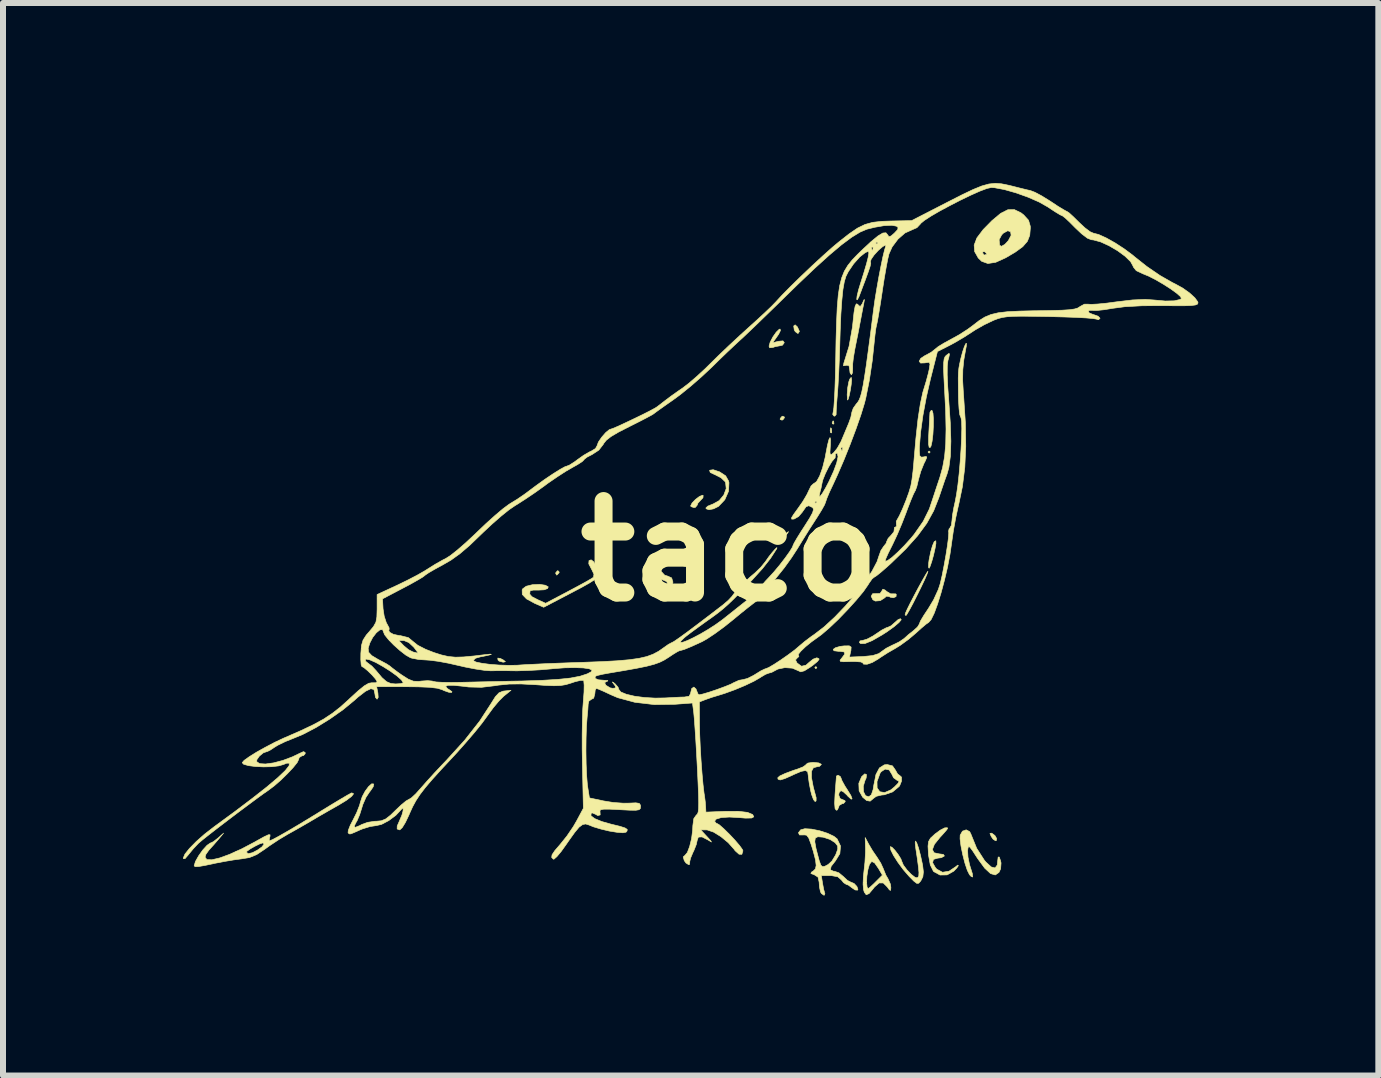
<source format=kicad_pcb>
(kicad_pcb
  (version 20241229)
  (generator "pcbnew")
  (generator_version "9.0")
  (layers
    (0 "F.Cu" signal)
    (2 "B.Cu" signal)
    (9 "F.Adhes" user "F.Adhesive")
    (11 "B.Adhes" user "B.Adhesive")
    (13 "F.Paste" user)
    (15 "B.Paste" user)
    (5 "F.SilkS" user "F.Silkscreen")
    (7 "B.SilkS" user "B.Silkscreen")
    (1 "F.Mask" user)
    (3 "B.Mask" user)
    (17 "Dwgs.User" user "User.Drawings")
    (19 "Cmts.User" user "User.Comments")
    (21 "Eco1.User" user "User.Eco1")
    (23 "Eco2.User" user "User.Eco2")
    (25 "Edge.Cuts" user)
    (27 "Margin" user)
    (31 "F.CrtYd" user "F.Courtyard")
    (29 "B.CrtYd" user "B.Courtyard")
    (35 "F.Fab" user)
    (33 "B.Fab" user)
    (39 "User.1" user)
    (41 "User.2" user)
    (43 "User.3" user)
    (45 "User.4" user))
  (footprint "taco"
    (layer "F.Cu")
    (at 9.112 6.134)
    (property "Reference" "taco" (at 0 0 0) (layer "F.SilkS") (effects (font (size 1.524 1.524) (thickness 0.3))))
    (attr through_hole)
    (fp_poly (pts (xy 0.726 0.635) (xy 0.708 0.653) (xy 0.689 0.635) (xy 0.708 0.617) (xy 0.726 0.635)) (stroke (width 0.01) (type solid)) (fill yes) (layer "F.SilkS"))
    (fp_poly (pts (xy 1.451 1.941) (xy 1.433 1.959) (xy 1.415 1.941) (xy 1.433 1.923) (xy 1.451 1.941)) (stroke (width 0.01) (type solid)) (fill yes) (layer "F.SilkS"))
    (fp_poly (pts (xy 3.338 -1.651) (xy 3.32 -1.633) (xy 3.302 -1.651) (xy 3.32 -1.669) (xy 3.338 -1.651)) (stroke (width 0.01) (type solid)) (fill yes) (layer "F.SilkS"))
    (fp_poly (pts (xy 1.694 -2.039) (xy 1.698 -1.982) (xy 1.691 -1.969) (xy 1.675 -1.98) (xy 1.672 -2.017) (xy 1.681 -2.056) (xy 1.694 -2.039)) (stroke (width 0.01) (type solid)) (fill yes) (layer "F.SilkS"))
    (fp_poly (pts (xy 1.73 -2.165) (xy 1.734 -2.122) (xy 1.73 -2.117) (xy 1.708 -2.122) (xy 1.705 -2.141) (xy 1.719 -2.171) (xy 1.73 -2.165)) (stroke (width 0.01) (type solid)) (fill yes) (layer "F.SilkS"))
    (fp_poly (pts (xy 0.904 -2.24) (xy 0.91 -2.223) (xy 0.884 -2.189) (xy 0.869 -2.183) (xy 0.838 -2.194) (xy 0.84 -2.212) (xy 0.872 -2.249) (xy 0.904 -2.24)) (stroke (width 0.01) (type solid)) (fill yes) (layer "F.SilkS"))
    (fp_poly (pts (xy -3.824 1.788) (xy -3.774 1.814) (xy -3.74 1.842) (xy -3.772 1.85) (xy -3.781 1.85) (xy -3.846 1.832) (xy -3.864 1.814) (xy -3.867 1.782) (xy -3.824 1.788)) (stroke (width 0.01) (type solid)) (fill yes) (layer "F.SilkS"))
    (fp_poly (pts (xy -2.843 0.349) (xy -2.848 0.363) (xy -2.881 0.397) (xy -2.887 0.399) (xy -2.902 0.371) (xy -2.903 0.363) (xy -2.875 0.328) (xy -2.864 0.327) (xy -2.843 0.349)) (stroke (width 0.01) (type solid)) (fill yes) (layer "F.SilkS"))
    (fp_poly (pts (xy 0.968 -0.308) (xy 0.948 -0.281) (xy 0.895 -0.225) (xy 0.871 -0.225) (xy 0.871 -0.231) (xy 0.896 -0.262) (xy 0.934 -0.295) (xy 0.977 -0.326) (xy 0.968 -0.308)) (stroke (width 0.01) (type solid)) (fill yes) (layer "F.SilkS"))
    (fp_poly (pts (xy 1.126 -3.736) (xy 1.159 -3.662) (xy 1.139 -3.629) (xy 1.129 -3.629) (xy 1.09 -3.658) (xy 1.073 -3.688) (xy 1.064 -3.752) (xy 1.088 -3.771) (xy 1.126 -3.736)) (stroke (width 0.01) (type solid)) (fill yes) (layer "F.SilkS"))
    (fp_poly (pts (xy 4.369 4.703) (xy 4.417 4.739) (xy 4.445 4.788) (xy 4.441 4.822) (xy 4.427 4.826) (xy 4.385 4.798) (xy 4.355 4.754) (xy 4.334 4.703) (xy 4.359 4.699) (xy 4.369 4.703)) (stroke (width 0.01) (type solid)) (fill yes) (layer "F.SilkS"))
    (fp_poly (pts (xy -0.445 -0.929) (xy -0.448 -0.889) (xy -0.481 -0.855) (xy -0.532 -0.8) (xy -0.544 -0.767) (xy -0.574 -0.73) (xy -0.599 -0.726) (xy -0.647 -0.742) (xy -0.653 -0.756) (xy -0.629 -0.803) (xy -0.573 -0.861) (xy -0.507 -0.911) (xy -0.456 -0.932) (xy -0.445 -0.929)) (stroke (width 0.01) (type solid)) (fill yes) (layer "F.SilkS"))
    (fp_poly (pts (xy 2.029 -2.859) (xy 2.029 -2.848) (xy 2.022 -2.775) (xy 2.008 -2.684) (xy 1.99 -2.596) (xy 1.973 -2.534) (xy 1.961 -2.518) (xy 1.96 -2.522) (xy 1.955 -2.608) (xy 1.963 -2.72) (xy 1.982 -2.822) (xy 1.998 -2.867) (xy 2.022 -2.896) (xy 2.029 -2.859)) (stroke (width 0.01) (type solid)) (fill yes) (layer "F.SilkS"))
    (fp_poly (pts (xy 3.432 -0.172) (xy 3.434 -0.13) (xy 3.419 -0.043) (xy 3.394 0.067) (xy 3.364 0.174) (xy 3.336 0.255) (xy 3.32 0.285) (xy 3.31 0.268) (xy 3.313 0.198) (xy 3.319 0.151) (xy 3.345 0.019) (xy 3.376 -0.09) (xy 3.406 -0.159) (xy 3.432 -0.173) (xy 3.432 -0.172)) (stroke (width 0.01) (type solid)) (fill yes) (layer "F.SilkS"))
    (fp_poly (pts (xy -1.179 0.291) (xy -1.144 0.338) (xy -1.087 0.4) (xy -1.033 0.417) (xy -0.97 0.446) (xy -0.948 0.516) (xy -0.974 0.605) (xy -1.001 0.642) (xy -1.015 0.617) (xy -1.022 0.579) (xy -1.053 0.507) (xy -1.135 0.473) (xy -1.143 0.472) (xy -1.225 0.436) (xy -1.267 0.376) (xy -1.258 0.314) (xy -1.23 0.288) (xy -1.179 0.291)) (stroke (width 0.01) (type solid)) (fill yes) (layer "F.SilkS"))
    (fp_poly (pts (xy 3.37 -2.343) (xy 3.385 -2.298) (xy 3.392 -2.203) (xy 3.391 -2.079) (xy 3.384 -1.948) (xy 3.37 -1.831) (xy 3.352 -1.75) (xy 3.34 -1.729) (xy 3.321 -1.729) (xy 3.311 -1.784) (xy 3.312 -1.9) (xy 3.316 -1.979) (xy 3.324 -2.121) (xy 3.33 -2.238) (xy 3.334 -2.308) (xy 3.335 -2.315) (xy 3.356 -2.347) (xy 3.37 -2.343)) (stroke (width 0.01) (type solid)) (fill yes) (layer "F.SilkS"))
    (fp_poly (pts (xy 0.843 -3.676) (xy 0.812 -3.613) (xy 0.794 -3.587) (xy 0.713 -3.472) (xy 0.81 -3.497) (xy 0.885 -3.504) (xy 0.907 -3.474) (xy 0.877 -3.432) (xy 0.844 -3.424) (xy 0.754 -3.407) (xy 0.717 -3.394) (xy 0.663 -3.389) (xy 0.653 -3.416) (xy 0.672 -3.483) (xy 0.717 -3.569) (xy 0.773 -3.649) (xy 0.823 -3.697) (xy 0.837 -3.701) (xy 0.843 -3.676)) (stroke (width 0.01) (type solid)) (fill yes) (layer "F.SilkS"))
    (fp_poly (pts (xy 3.286 0.382) (xy 3.246 0.475) (xy 3.188 0.597) (xy 3.121 0.733) (xy 3.054 0.866) (xy 2.994 0.978) (xy 2.951 1.052) (xy 2.935 1.073) (xy 2.92 1.062) (xy 2.929 1.027) (xy 2.958 0.963) (xy 3.008 0.862) (xy 3.071 0.741) (xy 3.139 0.613) (xy 3.204 0.495) (xy 3.258 0.4) (xy 3.293 0.343) (xy 3.301 0.335) (xy 3.286 0.382)) (stroke (width 0.01) (type solid)) (fill yes) (layer "F.SilkS"))
    (fp_poly (pts (xy 2.584 0.647) (xy 2.615 0.673) (xy 2.678 0.711) (xy 2.717 0.711) (xy 2.764 0.712) (xy 2.773 0.721) (xy 2.769 0.758) (xy 2.724 0.777) (xy 2.671 0.767) (xy 2.659 0.758) (xy 2.61 0.75) (xy 2.578 0.779) (xy 2.506 0.825) (xy 2.424 0.832) (xy 2.383 0.81) (xy 2.355 0.752) (xy 2.378 0.71) (xy 2.431 0.708) (xy 2.502 0.706) (xy 2.527 0.672) (xy 2.549 0.634) (xy 2.584 0.647)) (stroke (width 0.01) (type solid)) (fill yes) (layer "F.SilkS"))
    (fp_poly (pts (xy 2.856 1.143) (xy 2.817 1.19) (xy 2.736 1.259) (xy 2.622 1.341) (xy 2.538 1.395) (xy 2.371 1.491) (xy 2.253 1.539) (xy 2.18 1.541) (xy 2.158 1.522) (xy 2.17 1.495) (xy 2.212 1.488) (xy 2.284 1.467) (xy 2.383 1.415) (xy 2.437 1.379) (xy 2.531 1.316) (xy 2.606 1.277) (xy 2.631 1.27) (xy 2.685 1.245) (xy 2.74 1.197) (xy 2.801 1.143) (xy 2.842 1.125) (xy 2.856 1.143)) (stroke (width 0.01) (type solid)) (fill yes) (layer "F.SilkS"))
    (fp_poly (pts (xy -0.177 -1.323) (xy -0.169 -1.32) (xy -0.07 -1.255) (xy -0.022 -1.17) (xy -0.015 -1.141) (xy -0.022 -0.998) (xy -0.084 -0.857) (xy -0.188 -0.747) (xy -0.189 -0.746) (xy -0.272 -0.705) (xy -0.348 -0.69) (xy -0.395 -0.706) (xy -0.399 -0.72) (xy -0.368 -0.75) (xy -0.292 -0.781) (xy -0.281 -0.785) (xy -0.178 -0.842) (xy -0.101 -0.935) (xy -0.061 -1.042) (xy -0.071 -1.142) (xy -0.08 -1.159) (xy -0.146 -1.222) (xy -0.243 -1.272) (xy -0.248 -1.274) (xy -0.326 -1.31) (xy -0.338 -1.345) (xy -0.335 -1.348) (xy -0.278 -1.357) (xy -0.177 -1.323)) (stroke (width 0.01) (type solid)) (fill yes) (layer "F.SilkS"))
    (fp_poly (pts (xy 1.839 3.754) (xy 1.851 3.778) (xy 1.87 3.828) (xy 1.918 3.915) (xy 1.958 3.977) (xy 2.017 4.073) (xy 2.037 4.128) (xy 2.021 4.133) (xy 1.967 4.084) (xy 1.95 4.064) (xy 1.89 4.009) (xy 1.851 3.991) (xy 1.821 4.022) (xy 1.814 4.064) (xy 1.837 4.123) (xy 1.869 4.137) (xy 1.917 4.156) (xy 1.923 4.173) (xy 1.894 4.205) (xy 1.869 4.209) (xy 1.821 4.238) (xy 1.814 4.264) (xy 1.792 4.312) (xy 1.774 4.318) (xy 1.753 4.29) (xy 1.746 4.201) (xy 1.753 4.046) (xy 1.754 4.037) (xy 1.764 3.903) (xy 1.772 3.801) (xy 1.776 3.749) (xy 1.777 3.747) (xy 1.802 3.734) (xy 1.839 3.754)) (stroke (width 0.01) (type solid)) (fill yes) (layer "F.SilkS"))
    (fp_poly (pts (xy 2.242 -4.187) (xy 2.23 -4.119) (xy 2.21 -4.018) (xy 2.185 -3.886) (xy 2.174 -3.829) (xy 2.15 -3.703) (xy 2.129 -3.592) (xy 2.121 -3.556) (xy 2.082 -3.361) (xy 2.058 -3.22) (xy 2.047 -3.12) (xy 2.047 -3.044) (xy 2.043 -2.969) (xy 2.025 -2.939) (xy 2.003 -2.97) (xy 1.996 -3.029) (xy 1.985 -3.092) (xy 1.944 -3.098) (xy 1.935 -3.095) (xy 1.893 -3.089) (xy 1.899 -3.132) (xy 1.902 -3.141) (xy 1.987 -3.416) (xy 2.043 -3.734) (xy 2.051 -3.81) (xy 2.069 -3.977) (xy 2.087 -4.078) (xy 2.107 -4.121) (xy 2.131 -4.114) (xy 2.144 -4.096) (xy 2.173 -4.076) (xy 2.205 -4.121) (xy 2.212 -4.137) (xy 2.238 -4.194) (xy 2.242 -4.187)) (stroke (width 0.01) (type solid)) (fill yes) (layer "F.SilkS"))
    (fp_poly (pts (xy 3.114 4.861) (xy 3.143 4.944) (xy 3.176 5.067) (xy 3.212 5.232) (xy 3.225 5.346) (xy 3.216 5.426) (xy 3.184 5.49) (xy 3.179 5.498) (xy 3.147 5.534) (xy 3.114 5.536) (xy 3.064 5.497) (xy 2.988 5.42) (xy 2.891 5.308) (xy 2.801 5.186) (xy 2.728 5.072) (xy 2.682 4.98) (xy 2.673 4.926) (xy 2.674 4.924) (xy 2.701 4.934) (xy 2.75 4.984) (xy 2.805 5.056) (xy 2.849 5.126) (xy 2.867 5.174) (xy 2.891 5.231) (xy 2.949 5.309) (xy 3.02 5.384) (xy 3.084 5.434) (xy 3.109 5.443) (xy 3.134 5.437) (xy 3.148 5.412) (xy 3.151 5.356) (xy 3.142 5.26) (xy 3.122 5.111) (xy 3.098 4.953) (xy 3.088 4.86) (xy 3.095 4.831) (xy 3.114 4.861)) (stroke (width 0.01) (type solid)) (fill yes) (layer "F.SilkS"))
    (fp_poly (pts (xy 1.481 3.529) (xy 1.523 3.551) (xy 1.524 3.556) (xy 1.494 3.586) (xy 1.454 3.592) (xy 1.392 3.61) (xy 1.361 3.668) (xy 1.36 3.772) (xy 1.39 3.93) (xy 1.438 4.109) (xy 1.437 4.162) (xy 1.421 4.173) (xy 1.394 4.141) (xy 1.363 4.058) (xy 1.346 3.99) (xy 1.323 3.87) (xy 1.309 3.771) (xy 1.306 3.738) (xy 1.297 3.677) (xy 1.26 3.655) (xy 1.185 3.671) (xy 1.061 3.724) (xy 1.042 3.734) (xy 0.914 3.791) (xy 0.838 3.813) (xy 0.804 3.801) (xy 0.798 3.777) (xy 0.831 3.747) (xy 0.923 3.704) (xy 1.06 3.653) (xy 1.134 3.629) (xy 1.22 3.595) (xy 1.267 3.561) (xy 1.27 3.553) (xy 1.302 3.531) (xy 1.38 3.52) (xy 1.397 3.52) (xy 1.481 3.529)) (stroke (width 0.01) (type solid)) (fill yes) (layer "F.SilkS"))
    (fp_poly (pts (xy 3.629 4.621) (xy 3.606 4.653) (xy 3.548 4.719) (xy 3.502 4.769) (xy 3.408 4.886) (xy 3.375 4.973) (xy 3.403 5.026) (xy 3.486 5.044) (xy 3.558 5.054) (xy 3.575 5.079) (xy 3.574 5.08) (xy 3.524 5.108) (xy 3.463 5.116) (xy 3.392 5.137) (xy 3.379 5.192) (xy 3.424 5.272) (xy 3.449 5.3) (xy 3.544 5.351) (xy 3.653 5.333) (xy 3.747 5.27) (xy 3.798 5.232) (xy 3.808 5.241) (xy 3.779 5.283) (xy 3.731 5.333) (xy 3.62 5.395) (xy 3.502 5.397) (xy 3.399 5.341) (xy 3.391 5.333) (xy 3.34 5.229) (xy 3.31 5.061) (xy 3.309 5.04) (xy 3.302 4.916) (xy 3.311 4.839) (xy 3.343 4.783) (xy 3.408 4.723) (xy 3.415 4.716) (xy 3.506 4.649) (xy 3.581 4.611) (xy 3.624 4.609) (xy 3.629 4.621)) (stroke (width 0.01) (type solid)) (fill yes) (layer "F.SilkS"))
    (fp_poly (pts (xy 3.995 4.673) (xy 4.014 4.708) (xy 4.113 4.952) (xy 4.241 5.151) (xy 4.266 5.181) (xy 4.356 5.263) (xy 4.42 5.279) (xy 4.456 5.23) (xy 4.463 5.163) (xy 4.471 5.097) (xy 4.489 5.097) (xy 4.511 5.16) (xy 4.519 5.196) (xy 4.512 5.294) (xy 4.484 5.354) (xy 4.423 5.396) (xy 4.344 5.373) (xy 4.248 5.284) (xy 4.132 5.126) (xy 4.118 5.105) (xy 4.044 4.991) (xy 4 4.933) (xy 3.977 4.922) (xy 3.967 4.953) (xy 3.962 4.992) (xy 3.968 5.098) (xy 3.994 5.225) (xy 4.006 5.263) (xy 4.042 5.378) (xy 4.046 5.43) (xy 4.02 5.42) (xy 3.993 5.391) (xy 3.957 5.319) (xy 3.917 5.199) (xy 3.88 5.056) (xy 3.851 4.912) (xy 3.836 4.793) (xy 3.838 4.733) (xy 3.876 4.666) (xy 3.938 4.644) (xy 3.995 4.673)) (stroke (width 0.01) (type solid)) (fill yes) (layer "F.SilkS"))
    (fp_poly (pts (xy -2.27 0.176) (xy -2.226 0.253) (xy -2.217 0.276) (xy -2.196 0.337) (xy -2.19 0.386) (xy -2.207 0.43) (xy -2.255 0.476) (xy -2.342 0.532) (xy -2.476 0.607) (xy -2.666 0.707) (xy -2.685 0.717) (xy -3.102 0.935) (xy -3.248 0.872) (xy -3.388 0.796) (xy -3.459 0.722) (xy -3.461 0.645) (xy -3.453 0.629) (xy -3.394 0.585) (xy -3.289 0.559) (xy -3.167 0.554) (xy -3.075 0.568) (xy -3.026 0.595) (xy -3.037 0.623) (xy -3.094 0.644) (xy -3.184 0.649) (xy -3.188 0.649) (xy -3.276 0.649) (xy -3.326 0.66) (xy -3.329 0.664) (xy -3.335 0.716) (xy -3.298 0.759) (xy -3.205 0.807) (xy -3.204 0.808) (xy -3.07 0.869) (xy -2.687 0.667) (xy -2.535 0.586) (xy -2.405 0.515) (xy -2.313 0.462) (xy -2.272 0.435) (xy -2.265 0.383) (xy -2.299 0.312) (xy -2.351 0.212) (xy -2.347 0.157) (xy -2.311 0.145) (xy -2.27 0.176)) (stroke (width 0.01) (type solid)) (fill yes) (layer "F.SilkS"))
    (fp_poly (pts (xy 2.312 4.88) (xy 2.376 4.989) (xy 2.45 5.097) (xy 2.451 5.098) (xy 2.514 5.198) (xy 2.557 5.292) (xy 2.559 5.298) (xy 2.6 5.399) (xy 2.636 5.46) (xy 2.675 5.548) (xy 2.683 5.605) (xy 2.679 5.653) (xy 2.659 5.645) (xy 2.624 5.597) (xy 2.556 5.529) (xy 2.488 5.529) (xy 2.41 5.597) (xy 2.389 5.624) (xy 2.319 5.707) (xy 2.272 5.726) (xy 2.24 5.682) (xy 2.228 5.64) (xy 2.22 5.551) (xy 2.221 5.524) (xy 2.279 5.524) (xy 2.287 5.6) (xy 2.304 5.624) (xy 2.335 5.601) (xy 2.398 5.543) (xy 2.429 5.512) (xy 2.542 5.399) (xy 2.477 5.288) (xy 2.412 5.195) (xy 2.364 5.171) (xy 2.326 5.219) (xy 2.301 5.306) (xy 2.283 5.419) (xy 2.279 5.524) (xy 2.221 5.524) (xy 2.225 5.425) (xy 2.234 5.34) (xy 2.251 5.184) (xy 2.26 5.021) (xy 2.26 4.953) (xy 2.255 4.772) (xy 2.312 4.88)) (stroke (width 0.01) (type solid)) (fill yes) (layer "F.SilkS"))
    (fp_poly (pts (xy 4.851 -5.638) (xy 4.896 -5.603) (xy 4.977 -5.514) (xy 5.006 -5.415) (xy 5.007 -5.383) (xy 4.997 -5.262) (xy 4.958 -5.163) (xy 4.881 -5.074) (xy 4.755 -4.982) (xy 4.597 -4.889) (xy 4.43 -4.813) (xy 4.299 -4.793) (xy 4.196 -4.83) (xy 4.139 -4.885) (xy 4.09 -4.973) (xy 4.209 -4.973) (xy 4.235 -4.936) (xy 4.245 -4.935) (xy 4.281 -4.947) (xy 4.282 -4.951) (xy 4.256 -4.982) (xy 4.245 -4.989) (xy 4.212 -4.986) (xy 4.209 -4.973) (xy 4.09 -4.973) (xy 4.079 -4.991) (xy 4.071 -5.1) (xy 4.106 -5.191) (xy 4.487 -5.191) (xy 4.495 -5.098) (xy 4.525 -5.079) (xy 4.583 -5.112) (xy 4.641 -5.175) (xy 4.687 -5.263) (xy 4.678 -5.322) (xy 4.631 -5.339) (xy 4.56 -5.301) (xy 4.53 -5.271) (xy 4.487 -5.191) (xy 4.106 -5.191) (xy 4.117 -5.22) (xy 4.221 -5.358) (xy 4.367 -5.507) (xy 4.512 -5.628) (xy 4.632 -5.689) (xy 4.741 -5.691) (xy 4.851 -5.638)) (stroke (width 0.01) (type solid)) (fill yes) (layer "F.SilkS"))
    (fp_poly (pts (xy 2.71 3.578) (xy 2.758 3.647) (xy 2.796 3.714) (xy 2.829 3.737) (xy 2.86 3.765) (xy 2.861 3.831) (xy 2.831 3.906) (xy 2.82 3.922) (xy 2.712 4.012) (xy 2.574 4.06) (xy 2.529 4.064) (xy 2.441 4.085) (xy 2.395 4.118) (xy 2.338 4.166) (xy 2.279 4.156) (xy 2.213 4.1) (xy 2.154 3.994) (xy 2.149 3.869) (xy 2.196 3.758) (xy 2.248 3.711) (xy 2.277 3.723) (xy 2.271 3.781) (xy 2.251 3.825) (xy 2.223 3.919) (xy 2.228 4.01) (xy 2.261 4.075) (xy 2.315 4.093) (xy 2.358 4.06) (xy 2.387 3.974) (xy 2.399 3.898) (xy 2.411 3.84) (xy 2.452 3.84) (xy 2.454 3.945) (xy 2.499 4.009) (xy 2.579 4.023) (xy 2.683 3.978) (xy 2.743 3.929) (xy 2.806 3.865) (xy 2.818 3.832) (xy 2.785 3.818) (xy 2.728 3.776) (xy 2.699 3.717) (xy 2.655 3.646) (xy 2.587 3.632) (xy 2.52 3.676) (xy 2.502 3.703) (xy 2.452 3.84) (xy 2.411 3.84) (xy 2.434 3.723) (xy 2.492 3.613) (xy 2.574 3.561) (xy 2.622 3.556) (xy 2.71 3.578)) (stroke (width 0.01) (type solid)) (fill yes) (layer "F.SilkS"))
    (fp_poly (pts (xy -6.27 4.043) (xy -6.302 4.085) (xy -6.388 4.151) (xy -6.524 4.234) (xy -6.54 4.243) (xy -6.694 4.33) (xy -6.85 4.42) (xy -6.977 4.495) (xy -6.985 4.5) (xy -7.125 4.581) (xy -7.283 4.671) (xy -7.366 4.717) (xy -7.512 4.804) (xy -7.669 4.908) (xy -7.752 4.968) (xy -7.886 5.057) (xy -8.006 5.106) (xy -8.133 5.127) (xy -8.274 5.146) (xy -8.445 5.175) (xy -8.582 5.202) (xy -8.745 5.237) (xy -8.849 5.255) (xy -8.905 5.258) (xy -8.926 5.246) (xy -8.926 5.241) (xy -8.905 5.171) (xy -8.852 5.077) (xy -8.783 4.98) (xy -8.712 4.902) (xy -8.656 4.863) (xy -8.649 4.862) (xy -8.606 4.841) (xy -8.537 4.787) (xy -8.529 4.781) (xy -8.436 4.699) (xy -8.527 4.808) (xy -8.605 4.898) (xy -8.675 4.975) (xy -8.681 4.982) (xy -8.731 5.052) (xy -8.745 5.1) (xy -8.715 5.14) (xy -8.632 5.143) (xy -8.503 5.113) (xy -8.335 5.052) (xy -8.252 5.014) (xy -8.055 5.014) (xy -8.029 5.042) (xy -7.955 5.025) (xy -7.871 4.981) (xy -7.798 4.929) (xy -7.763 4.884) (xy -7.776 4.863) (xy -7.782 4.862) (xy -7.835 4.878) (xy -7.914 4.917) (xy -7.993 4.962) (xy -8.047 5.001) (xy -8.055 5.014) (xy -8.252 5.014) (xy -8.136 4.962) (xy -7.914 4.845) (xy -7.881 4.826) (xy -7.76 4.759) (xy -7.69 4.726) (xy -7.662 4.726) (xy -7.663 4.754) (xy -7.669 4.772) (xy -7.677 4.819) (xy -7.669 4.826) (xy -7.621 4.807) (xy -7.518 4.752) (xy -7.364 4.664) (xy -7.166 4.547) (xy -6.929 4.403) (xy -6.78 4.311) (xy -6.618 4.212) (xy -6.478 4.128) (xy -6.371 4.065) (xy -6.31 4.032) (xy -6.299 4.028) (xy -6.27 4.043)) (stroke (width 0.01) (type solid)) (fill yes) (layer "F.SilkS"))
    (fp_poly (pts (xy 1.362 4.632) (xy 1.495 4.659) (xy 1.627 4.701) (xy 1.734 4.752) (xy 1.787 4.794) (xy 1.844 4.913) (xy 1.833 5.041) (xy 1.76 5.16) (xy 1.687 5.254) (xy 1.676 5.311) (xy 1.727 5.334) (xy 1.742 5.334) (xy 1.816 5.36) (xy 1.892 5.423) (xy 1.894 5.425) (xy 1.96 5.487) (xy 2.014 5.515) (xy 2.016 5.515) (xy 2.07 5.538) (xy 2.117 5.588) (xy 2.134 5.636) (xy 2.128 5.649) (xy 2.088 5.646) (xy 2.038 5.612) (xy 1.975 5.565) (xy 1.938 5.552) (xy 1.895 5.524) (xy 1.859 5.479) (xy 1.798 5.426) (xy 1.693 5.407) (xy 1.669 5.407) (xy 1.524 5.407) (xy 1.546 5.543) (xy 1.564 5.638) (xy 1.581 5.7) (xy 1.584 5.706) (xy 1.575 5.732) (xy 1.566 5.733) (xy 1.525 5.704) (xy 1.51 5.676) (xy 1.493 5.597) (xy 1.488 5.517) (xy 1.469 5.432) (xy 1.406 5.392) (xy 1.35 5.372) (xy 1.36 5.349) (xy 1.39 5.33) (xy 1.426 5.295) (xy 1.438 5.237) (xy 1.427 5.143) (xy 1.39 5.001) (xy 1.354 4.886) (xy 1.337 4.84) (xy 1.415 4.84) (xy 1.435 4.952) (xy 1.454 5.026) (xy 1.489 5.158) (xy 1.516 5.232) (xy 1.544 5.259) (xy 1.585 5.25) (xy 1.638 5.222) (xy 1.701 5.164) (xy 1.758 5.07) (xy 1.766 5.054) (xy 1.798 4.965) (xy 1.796 4.912) (xy 1.757 4.862) (xy 1.751 4.856) (xy 1.669 4.804) (xy 1.56 4.768) (xy 1.549 4.766) (xy 1.467 4.759) (xy 1.424 4.78) (xy 1.415 4.84) (xy 1.337 4.84) (xy 1.315 4.781) (xy 1.279 4.733) (xy 1.234 4.728) (xy 1.23 4.729) (xy 1.16 4.729) (xy 1.143 4.692) (xy 1.18 4.644) (xy 1.25 4.625) (xy 1.362 4.632)) (stroke (width 0.01) (type solid)) (fill yes) (layer "F.SilkS"))
    (fp_poly (pts (xy -3.767 2.416) (xy -3.846 2.494) (xy -3.944 2.611) (xy -4.039 2.741) (xy -4.047 2.753) (xy -4.129 2.865) (xy -4.248 3.013) (xy -4.392 3.181) (xy -4.545 3.354) (xy -4.618 3.433) (xy -4.812 3.641) (xy -4.962 3.807) (xy -5.077 3.942) (xy -5.164 4.056) (xy -5.231 4.158) (xy -5.286 4.259) (xy -5.336 4.369) (xy -5.349 4.4) (xy -5.406 4.52) (xy -5.459 4.607) (xy -5.499 4.644) (xy -5.501 4.645) (xy -5.544 4.63) (xy -5.543 4.58) (xy -5.5 4.482) (xy -5.498 4.476) (xy -5.465 4.399) (xy -5.446 4.33) (xy -5.444 4.287) (xy -5.463 4.291) (xy -5.471 4.3) (xy -5.565 4.401) (xy -5.684 4.49) (xy -5.804 4.553) (xy -5.889 4.573) (xy -5.995 4.589) (xy -6.121 4.628) (xy -6.163 4.645) (xy -6.263 4.69) (xy -6.316 4.711) (xy -6.341 4.712) (xy -6.357 4.698) (xy -6.362 4.693) (xy -6.358 4.652) (xy -6.325 4.568) (xy -6.282 4.485) (xy -6.219 4.359) (xy -6.171 4.237) (xy -6.155 4.178) (xy -6.126 4.091) (xy -6.077 4) (xy -6.02 3.923) (xy -5.968 3.877) (xy -5.934 3.88) (xy -5.934 3.88) (xy -5.943 3.926) (xy -5.99 3.996) (xy -6.001 4.008) (xy -6.064 4.103) (xy -6.118 4.227) (xy -6.13 4.268) (xy -6.168 4.389) (xy -6.213 4.495) (xy -6.229 4.521) (xy -6.261 4.586) (xy -6.242 4.603) (xy -6.169 4.574) (xy -6.132 4.554) (xy -6.035 4.519) (xy -5.915 4.501) (xy -5.895 4.501) (xy -5.808 4.493) (xy -5.735 4.463) (xy -5.654 4.4) (xy -5.57 4.318) (xy -5.475 4.228) (xy -5.396 4.163) (xy -5.35 4.137) (xy -5.349 4.137) (xy -5.306 4.111) (xy -5.233 4.043) (xy -5.148 3.948) (xy -5.052 3.839) (xy -4.925 3.699) (xy -4.788 3.553) (xy -4.717 3.479) (xy -4.419 3.151) (xy -4.168 2.831) (xy -3.979 2.54) (xy -3.907 2.425) (xy -3.847 2.361) (xy -3.783 2.334) (xy -3.755 2.33) (xy -3.647 2.319) (xy -3.767 2.416)) (stroke (width 0.01) (type solid)) (fill yes) (layer "F.SilkS"))
    (fp_poly (pts (xy 3.94 -3.414) (xy 3.932 -3.375) (xy 3.899 -3.189) (xy 3.882 -3.024) (xy 3.879 -2.85) (xy 3.891 -2.64) (xy 3.896 -2.576) (xy 3.925 -2.133) (xy 3.931 -1.745) (xy 3.915 -1.397) (xy 3.875 -1.074) (xy 3.81 -0.762) (xy 3.805 -0.744) (xy 3.764 -0.556) (xy 3.725 -0.342) (xy 3.697 -0.148) (xy 3.697 -0.146) (xy 3.668 0.053) (xy 3.627 0.267) (xy 3.576 0.484) (xy 3.52 0.693) (xy 3.462 0.88) (xy 3.406 1.033) (xy 3.354 1.14) (xy 3.312 1.188) (xy 3.31 1.189) (xy 3.269 1.217) (xy 3.192 1.282) (xy 3.099 1.366) (xy 2.976 1.47) (xy 2.843 1.567) (xy 2.758 1.62) (xy 2.631 1.693) (xy 2.508 1.772) (xy 2.471 1.798) (xy 2.374 1.855) (xy 2.287 1.885) (xy 2.228 1.883) (xy 2.213 1.86) (xy 2.181 1.846) (xy 2.096 1.84) (xy 2.009 1.84) (xy 1.896 1.843) (xy 1.842 1.837) (xy 1.836 1.818) (xy 1.864 1.783) (xy 1.915 1.715) (xy 1.905 1.68) (xy 1.829 1.669) (xy 1.807 1.669) (xy 1.735 1.66) (xy 1.722 1.637) (xy 1.759 1.61) (xy 1.837 1.587) (xy 1.904 1.579) (xy 1.99 1.578) (xy 2.021 1.599) (xy 2.017 1.656) (xy 2.014 1.668) (xy 1.993 1.765) (xy 2.221 1.756) (xy 2.379 1.74) (xy 2.482 1.707) (xy 2.522 1.678) (xy 2.606 1.618) (xy 2.713 1.564) (xy 2.721 1.561) (xy 2.822 1.512) (xy 2.9 1.459) (xy 2.906 1.454) (xy 2.976 1.391) (xy 3.06 1.325) (xy 3.126 1.265) (xy 3.157 1.215) (xy 3.157 1.213) (xy 3.176 1.165) (xy 3.228 1.077) (xy 3.3 0.968) (xy 3.304 0.963) (xy 3.396 0.809) (xy 3.473 0.641) (xy 3.505 0.544) (xy 3.538 0.402) (xy 3.57 0.238) (xy 3.6 0.07) (xy 3.625 -0.088) (xy 3.642 -0.219) (xy 3.648 -0.305) (xy 3.644 -0.33) (xy 3.653 -0.371) (xy 3.664 -0.381) (xy 3.691 -0.43) (xy 3.701 -0.507) (xy 3.71 -0.6) (xy 3.733 -0.729) (xy 3.754 -0.823) (xy 3.777 -0.944) (xy 3.8 -1.105) (xy 3.821 -1.294) (xy 3.838 -1.495) (xy 3.852 -1.695) (xy 3.861 -1.882) (xy 3.865 -2.042) (xy 3.862 -2.16) (xy 3.852 -2.224) (xy 3.847 -2.231) (xy 3.831 -2.274) (xy 3.819 -2.372) (xy 3.811 -2.507) (xy 3.809 -2.568) (xy 3.807 -2.754) (xy 3.806 -2.885) (xy 3.809 -2.977) (xy 3.816 -3.048) (xy 3.828 -3.115) (xy 3.846 -3.196) (xy 3.849 -3.211) (xy 3.878 -3.32) (xy 3.907 -3.405) (xy 3.93 -3.456) (xy 3.943 -3.463) (xy 3.94 -3.414)) (stroke (width 0.01) (type solid)) (fill yes) (layer "F.SilkS"))
    (fp_poly (pts (xy 4.528 -6.121) (xy 4.646 -6.097) (xy 4.715 -6.08) (xy 4.845 -6.047) (xy 4.96 -6.019) (xy 5.01 -6.008) (xy 5.085 -5.979) (xy 5.196 -5.92) (xy 5.324 -5.841) (xy 5.349 -5.825) (xy 5.465 -5.748) (xy 5.559 -5.691) (xy 5.612 -5.662) (xy 5.618 -5.66) (xy 5.654 -5.636) (xy 5.724 -5.572) (xy 5.814 -5.483) (xy 5.818 -5.479) (xy 5.916 -5.388) (xy 6.002 -5.323) (xy 6.059 -5.298) (xy 6.06 -5.298) (xy 6.146 -5.276) (xy 6.272 -5.219) (xy 6.42 -5.136) (xy 6.572 -5.037) (xy 6.713 -4.932) (xy 6.743 -4.906) (xy 6.949 -4.743) (xy 7.168 -4.593) (xy 7.375 -4.475) (xy 7.429 -4.448) (xy 7.547 -4.383) (xy 7.659 -4.303) (xy 7.748 -4.222) (xy 7.797 -4.155) (xy 7.801 -4.137) (xy 7.792 -4.116) (xy 7.758 -4.102) (xy 7.689 -4.093) (xy 7.575 -4.089) (xy 7.406 -4.089) (xy 7.23 -4.091) (xy 6.87 -4.089) (xy 6.581 -4.073) (xy 6.378 -4.046) (xy 6.238 -4.023) (xy 6.123 -4.011) (xy 6.053 -4.011) (xy 6.046 -4.013) (xy 5.988 -4.012) (xy 5.973 -3.998) (xy 5.989 -3.969) (xy 6.055 -3.943) (xy 6.06 -3.942) (xy 6.136 -3.915) (xy 6.169 -3.88) (xy 6.169 -3.88) (xy 6.143 -3.856) (xy 6.105 -3.867) (xy 6.051 -3.876) (xy 5.936 -3.886) (xy 5.772 -3.895) (xy 5.572 -3.902) (xy 5.349 -3.908) (xy 5.309 -3.909) (xy 5.058 -3.913) (xy 4.868 -3.915) (xy 4.726 -3.913) (xy 4.621 -3.906) (xy 4.54 -3.894) (xy 4.472 -3.876) (xy 4.405 -3.851) (xy 4.384 -3.842) (xy 4.238 -3.772) (xy 4.087 -3.686) (xy 4.028 -3.647) (xy 3.899 -3.564) (xy 3.748 -3.475) (xy 3.662 -3.429) (xy 3.459 -3.326) (xy 3.343 -2.869) (xy 3.274 -2.567) (xy 3.218 -2.266) (xy 3.179 -1.986) (xy 3.159 -1.746) (xy 3.157 -1.674) (xy 3.163 -1.592) (xy 3.19 -1.566) (xy 3.228 -1.57) (xy 3.272 -1.579) (xy 3.281 -1.561) (xy 3.256 -1.502) (xy 3.233 -1.457) (xy 3.181 -1.327) (xy 3.142 -1.189) (xy 3.14 -1.179) (xy 3.116 -1.078) (xy 3.09 -1.007) (xy 3.083 -0.997) (xy 3.058 -0.948) (xy 3.016 -0.848) (xy 2.964 -0.714) (xy 2.936 -0.638) (xy 2.867 -0.46) (xy 2.788 -0.273) (xy 2.713 -0.113) (xy 2.697 -0.081) (xy 2.639 0.035) (xy 2.6 0.123) (xy 2.587 0.167) (xy 2.588 0.169) (xy 2.626 0.159) (xy 2.7 0.106) (xy 2.797 0.018) (xy 2.907 -0.092) (xy 3.017 -0.214) (xy 3.073 -0.282) (xy 3.222 -0.496) (xy 3.324 -0.702) (xy 3.338 -0.744) (xy 3.388 -0.894) (xy 3.447 -1.073) (xy 3.499 -1.228) (xy 3.545 -1.392) (xy 3.578 -1.573) (xy 3.597 -1.783) (xy 3.602 -2.033) (xy 3.596 -2.333) (xy 3.578 -2.686) (xy 3.567 -2.895) (xy 3.561 -3.043) (xy 3.563 -3.142) (xy 3.571 -3.205) (xy 3.587 -3.242) (xy 3.606 -3.262) (xy 3.648 -3.294) (xy 3.661 -3.287) (xy 3.649 -3.229) (xy 3.633 -3.172) (xy 3.623 -3.085) (xy 3.622 -2.937) (xy 3.631 -2.737) (xy 3.647 -2.519) (xy 3.673 -2.143) (xy 3.683 -1.833) (xy 3.675 -1.585) (xy 3.65 -1.395) (xy 3.62 -1.288) (xy 3.58 -1.178) (xy 3.53 -1.031) (xy 3.482 -0.889) (xy 3.396 -0.671) (xy 3.281 -0.463) (xy 3.128 -0.255) (xy 2.931 -0.035) (xy 2.68 0.208) (xy 2.619 0.263) (xy 2.521 0.348) (xy 2.444 0.41) (xy 2.403 0.436) (xy 2.402 0.436) (xy 2.369 0.464) (xy 2.319 0.535) (xy 2.304 0.56) (xy 2.225 0.674) (xy 2.105 0.818) (xy 1.96 0.978) (xy 1.806 1.138) (xy 1.656 1.28) (xy 1.528 1.39) (xy 1.476 1.428) (xy 1.362 1.51) (xy 1.26 1.593) (xy 1.183 1.667) (xy 1.14 1.72) (xy 1.144 1.742) (xy 1.146 1.742) (xy 1.15 1.757) (xy 1.127 1.776) (xy 1.094 1.812) (xy 1.119 1.862) (xy 1.123 1.866) (xy 1.194 1.918) (xy 1.269 1.9) (xy 1.324 1.851) (xy 1.389 1.799) (xy 1.45 1.777) (xy 1.485 1.793) (xy 1.486 1.805) (xy 1.458 1.84) (xy 1.388 1.898) (xy 1.338 1.934) (xy 1.242 1.994) (xy 1.181 2.011) (xy 1.139 1.992) (xy 1.042 1.95) (xy 0.917 1.941) (xy 0.801 1.965) (xy 0.772 1.98) (xy 0.697 2.02) (xy 0.651 2.032) (xy 0.596 2.052) (xy 0.515 2.1) (xy 0.504 2.108) (xy 0.4 2.168) (xy 0.251 2.239) (xy 0.08 2.31) (xy -0.088 2.371) (xy -0.181 2.4) (xy -0.3 2.436) (xy -0.408 2.474) (xy -0.408 2.474) (xy -0.508 2.513) (xy -0.506 2.88) (xy -0.502 3.057) (xy -0.493 3.265) (xy -0.48 3.486) (xy -0.464 3.7) (xy -0.447 3.889) (xy -0.43 4.034) (xy -0.422 4.082) (xy -0.41 4.176) (xy -0.404 4.252) (xy -0.399 4.349) (xy -0.082 4.336) (xy 0.14 4.335) (xy 0.294 4.353) (xy 0.38 4.389) (xy 0.399 4.427) (xy 0.364 4.447) (xy 0.259 4.449) (xy 0.166 4.441) (xy -0.009 4.431) (xy -0.145 4.44) (xy -0.23 4.466) (xy -0.254 4.5) (xy -0.227 4.535) (xy -0.218 4.536) (xy -0.175 4.561) (xy -0.1 4.627) (xy -0.009 4.716) (xy 0.083 4.814) (xy 0.161 4.905) (xy 0.209 4.972) (xy 0.218 4.994) (xy 0.2 5.052) (xy 0.153 5.05) (xy 0.088 4.992) (xy 0.071 4.968) (xy -0.027 4.858) (xy -0.148 4.758) (xy -0.271 4.682) (xy -0.376 4.646) (xy -0.393 4.645) (xy -0.485 4.645) (xy -0.379 4.759) (xy -0.318 4.826) (xy -0.306 4.847) (xy -0.341 4.827) (xy -0.362 4.814) (xy -0.463 4.762) (xy -0.525 4.765) (xy -0.544 4.818) (xy -0.56 4.89) (xy -0.6 4.991) (xy -0.616 5.023) (xy -0.655 5.116) (xy -0.67 5.181) (xy -0.668 5.194) (xy -0.675 5.224) (xy -0.686 5.225) (xy -0.731 5.197) (xy -0.76 5.156) (xy -0.777 5.095) (xy -0.748 5.069) (xy -0.708 5.021) (xy -0.67 4.921) (xy -0.638 4.79) (xy -0.62 4.649) (xy -0.617 4.576) (xy -0.601 4.457) (xy -0.56 4.399) (xy -0.541 4.382) (xy -0.528 4.348) (xy -0.521 4.288) (xy -0.519 4.194) (xy -0.522 4.055) (xy -0.53 3.862) (xy -0.542 3.608) (xy -0.555 3.369) (xy -0.568 3.145) (xy -0.581 2.95) (xy -0.592 2.797) (xy -0.601 2.7) (xy -0.602 2.689) (xy -0.623 2.53) (xy -0.914 2.552) (xy -1.258 2.557) (xy -1.582 2.519) (xy -1.868 2.442) (xy -1.982 2.393) (xy -2.097 2.339) (xy -2.185 2.301) (xy -2.227 2.286) (xy -2.227 2.286) (xy -2.244 2.317) (xy -2.25 2.377) (xy -2.269 2.45) (xy -2.304 2.467) (xy -2.349 2.499) (xy -2.361 2.549) (xy -2.366 2.639) (xy -2.377 2.755) (xy -2.379 2.776) (xy -2.39 2.923) (xy -2.396 3.114) (xy -2.398 3.328) (xy -2.395 3.542) (xy -2.387 3.734) (xy -2.375 3.883) (xy -2.371 3.916) (xy -2.34 4.112) (xy -2.105 4.162) (xy -1.945 4.188) (xy -1.778 4.2) (xy -1.678 4.199) (xy -1.567 4.194) (xy -1.51 4.203) (xy -1.49 4.232) (xy -1.488 4.257) (xy -1.492 4.29) (xy -1.514 4.309) (xy -1.567 4.318) (xy -1.665 4.317) (xy -1.821 4.309) (xy -1.835 4.308) (xy -1.999 4.3) (xy -2.102 4.3) (xy -2.154 4.31) (xy -2.166 4.329) (xy -2.164 4.335) (xy -2.161 4.396) (xy -2.202 4.406) (xy -2.238 4.385) (xy -2.292 4.362) (xy -2.312 4.368) (xy -2.314 4.41) (xy -2.252 4.457) (xy -2.133 4.506) (xy -1.981 4.549) (xy -1.833 4.585) (xy -1.746 4.613) (xy -1.71 4.637) (xy -1.713 4.663) (xy -1.73 4.683) (xy -1.781 4.693) (xy -1.882 4.685) (xy -2.011 4.664) (xy -2.149 4.631) (xy -2.275 4.593) (xy -2.348 4.563) (xy -2.403 4.546) (xy -2.454 4.556) (xy -2.513 4.6) (xy -2.586 4.688) (xy -2.686 4.828) (xy -2.728 4.889) (xy -2.811 5.005) (xy -2.882 5.09) (xy -2.93 5.132) (xy -2.941 5.133) (xy -2.969 5.104) (xy -2.963 5.06) (xy -2.917 4.991) (xy -2.825 4.884) (xy -2.821 4.879) (xy -2.715 4.747) (xy -2.609 4.591) (xy -2.554 4.496) (xy -2.441 4.285) (xy -2.457 3.548) (xy -2.461 3.299) (xy -2.461 3.05) (xy -2.457 2.82) (xy -2.451 2.628) (xy -2.441 2.492) (xy -2.43 2.348) (xy -2.428 2.233) (xy -2.434 2.164) (xy -2.44 2.154) (xy -2.489 2.154) (xy -2.581 2.176) (xy -2.643 2.197) (xy -2.731 2.224) (xy -2.821 2.239) (xy -2.931 2.243) (xy -3.081 2.237) (xy -3.231 2.226) (xy -3.478 2.213) (xy -3.679 2.215) (xy -3.858 2.233) (xy -3.912 2.242) (xy -4.137 2.269) (xy -4.35 2.264) (xy -4.435 2.253) (xy -4.601 2.236) (xy -4.702 2.236) (xy -4.737 2.255) (xy -4.705 2.291) (xy -4.677 2.308) (xy -4.63 2.342) (xy -4.638 2.356) (xy -4.686 2.351) (xy -4.76 2.325) (xy -4.794 2.309) (xy -4.871 2.285) (xy -5.002 2.269) (xy -5.194 2.261) (xy -5.387 2.259) (xy -5.886 2.258) (xy -5.865 2.363) (xy -5.86 2.437) (xy -5.879 2.467) (xy -5.906 2.436) (xy -5.915 2.377) (xy -5.931 2.306) (xy -5.982 2.292) (xy -6.07 2.334) (xy -6.198 2.433) (xy -6.259 2.488) (xy -6.446 2.642) (xy -6.666 2.797) (xy -6.896 2.939) (xy -7.116 3.054) (xy -7.275 3.12) (xy -7.407 3.173) (xy -7.527 3.231) (xy -7.582 3.264) (xy -7.657 3.314) (xy -7.705 3.338) (xy -7.709 3.338) (xy -7.774 3.361) (xy -7.84 3.415) (xy -7.882 3.475) (xy -7.885 3.507) (xy -7.836 3.541) (xy -7.737 3.547) (xy -7.602 3.528) (xy -7.447 3.487) (xy -7.288 3.427) (xy -7.176 3.373) (xy -7.106 3.341) (xy -7.078 3.353) (xy -7.076 3.375) (xy -7.105 3.407) (xy -7.13 3.411) (xy -7.177 3.44) (xy -7.185 3.471) (xy -7.21 3.523) (xy -7.277 3.606) (xy -7.373 3.708) (xy -7.482 3.815) (xy -7.592 3.911) (xy -7.688 3.983) (xy -7.693 3.987) (xy -7.77 4.04) (xy -7.888 4.126) (xy -8.036 4.236) (xy -8.201 4.359) (xy -8.371 4.488) (xy -8.532 4.611) (xy -8.674 4.721) (xy -8.784 4.808) (xy -8.849 4.863) (xy -8.854 4.867) (xy -8.941 4.959) (xy -9.025 5.061) (xy -9.025 5.062) (xy -9.08 5.125) (xy -9.105 5.125) (xy -9.107 5.111) (xy -9.08 5.048) (xy -9.004 4.953) (xy -8.892 4.839) (xy -8.753 4.716) (xy -8.599 4.597) (xy -8.594 4.593) (xy -8.246 4.338) (xy -7.953 4.116) (xy -7.714 3.928) (xy -7.533 3.775) (xy -7.409 3.657) (xy -7.345 3.576) (xy -7.34 3.534) (xy -7.383 3.533) (xy -7.435 3.554) (xy -7.516 3.578) (xy -7.634 3.592) (xy -7.77 3.595) (xy -7.905 3.589) (xy -8.022 3.574) (xy -8.102 3.551) (xy -8.126 3.525) (xy -8.094 3.487) (xy -8.01 3.427) (xy -7.889 3.351) (xy -7.742 3.269) (xy -7.586 3.187) (xy -7.433 3.115) (xy -7.402 3.102) (xy -7.142 2.988) (xy -6.934 2.889) (xy -6.766 2.797) (xy -6.623 2.702) (xy -6.489 2.597) (xy -6.35 2.472) (xy -6.337 2.459) (xy -6.195 2.329) (xy -6.092 2.245) (xy -6.018 2.202) (xy -5.965 2.193) (xy -5.96 2.194) (xy -5.897 2.193) (xy -5.878 2.175) (xy -5.903 2.132) (xy -5.962 2.064) (xy -6.035 1.993) (xy -6.1 1.939) (xy -6.132 1.923) (xy -6.144 1.89) (xy -6.148 1.833) (xy -6.072 1.833) (xy -6.037 1.861) (xy -5.965 1.916) (xy -5.896 1.99) (xy -5.798 2.107) (xy -5.721 2.175) (xy -5.648 2.206) (xy -5.57 2.213) (xy -5.486 2.208) (xy -5.444 2.196) (xy -5.443 2.193) (xy -5.472 2.146) (xy -5.549 2.078) (xy -5.657 2) (xy -5.779 1.923) (xy -5.898 1.856) (xy -5.998 1.812) (xy -6.061 1.799) (xy -6.069 1.802) (xy -6.072 1.833) (xy -6.148 1.833) (xy -6.15 1.805) (xy -6.149 1.705) (xy -6.142 1.618) (xy -6.027 1.618) (xy -6.02 1.684) (xy -5.967 1.741) (xy -5.86 1.805) (xy -5.806 1.833) (xy -5.72 1.879) (xy -5.666 1.914) (xy -5.661 1.919) (xy -5.623 1.95) (xy -5.545 2.009) (xy -5.467 2.064) (xy -5.357 2.134) (xy -5.273 2.167) (xy -5.186 2.171) (xy -5.14 2.165) (xy -5.035 2.158) (xy -4.959 2.165) (xy -4.946 2.17) (xy -4.894 2.18) (xy -4.787 2.186) (xy -4.644 2.188) (xy -4.548 2.187) (xy -4.395 2.184) (xy -4.188 2.179) (xy -3.948 2.174) (xy -3.693 2.168) (xy -3.465 2.164) (xy -3.133 2.153) (xy -2.866 2.137) (xy -2.702 2.12) (xy -2.246 2.12) (xy -2.19 2.144) (xy -2.096 2.152) (xy -2.035 2.155) (xy -2.034 2.165) (xy -2.043 2.167) (xy -2.087 2.191) (xy -2.066 2.235) (xy -1.995 2.278) (xy -1.951 2.286) (xy -1.901 2.279) (xy -1.911 2.245) (xy -1.928 2.223) (xy -1.959 2.18) (xy -1.94 2.189) (xy -1.914 2.209) (xy -1.863 2.267) (xy -1.851 2.304) (xy -1.817 2.347) (xy -1.725 2.385) (xy -1.589 2.417) (xy -1.424 2.439) (xy -1.245 2.449) (xy -1.074 2.446) (xy -0.937 2.438) (xy -0.814 2.432) (xy -0.757 2.431) (xy -0.679 2.418) (xy -0.654 2.371) (xy -0.653 2.361) (xy -0.636 2.29) (xy -0.6 2.265) (xy -0.564 2.297) (xy -0.556 2.319) (xy -0.531 2.379) (xy -0.513 2.394) (xy -0.45 2.381) (xy -0.342 2.349) (xy -0.214 2.306) (xy -0.087 2.259) (xy 0.015 2.218) (xy 0.062 2.193) (xy 0.153 2.152) (xy 0.218 2.141) (xy 0.295 2.121) (xy 0.394 2.071) (xy 0.428 2.05) (xy 0.517 1.995) (xy 0.584 1.963) (xy 0.598 1.959) (xy 0.648 1.939) (xy 0.738 1.886) (xy 0.851 1.812) (xy 0.97 1.729) (xy 1.079 1.648) (xy 1.159 1.58) (xy 1.161 1.578) (xy 1.248 1.505) (xy 1.359 1.421) (xy 1.406 1.389) (xy 1.57 1.263) (xy 1.747 1.1) (xy 1.925 0.914) (xy 2.095 0.716) (xy 2.246 0.519) (xy 2.369 0.334) (xy 2.453 0.175) (xy 2.483 0.084) (xy 2.517 -0.01) (xy 2.56 -0.075) (xy 2.605 -0.132) (xy 2.613 -0.16) (xy 2.638 -0.213) (xy 2.687 -0.265) (xy 2.734 -0.323) (xy 2.739 -0.364) (xy 2.744 -0.397) (xy 2.758 -0.399) (xy 2.781 -0.421) (xy 2.775 -0.437) (xy 2.773 -0.496) (xy 2.785 -0.519) (xy 2.825 -0.59) (xy 2.878 -0.706) (xy 2.934 -0.843) (xy 2.983 -0.977) (xy 3.015 -1.085) (xy 3.016 -1.089) (xy 3.034 -1.189) (xy 3.052 -1.332) (xy 3.066 -1.485) (xy 3.066 -1.488) (xy 3.1 -1.879) (xy 3.135 -2.2) (xy 3.174 -2.454) (xy 3.215 -2.644) (xy 3.231 -2.697) (xy 3.273 -2.835) (xy 3.308 -2.967) (xy 3.323 -3.034) (xy 3.335 -3.117) (xy 3.32 -3.147) (xy 3.266 -3.14) (xy 3.252 -3.137) (xy 3.178 -3.134) (xy 3.155 -3.164) (xy 3.181 -3.212) (xy 3.255 -3.261) (xy 3.265 -3.265) (xy 3.355 -3.314) (xy 3.417 -3.363) (xy 3.471 -3.407) (xy 3.569 -3.467) (xy 3.681 -3.528) (xy 3.824 -3.607) (xy 3.965 -3.698) (xy 4.049 -3.76) (xy 4.152 -3.84) (xy 4.248 -3.9) (xy 4.351 -3.943) (xy 4.473 -3.972) (xy 4.627 -3.99) (xy 4.827 -4) (xy 5.084 -4.006) (xy 5.122 -4.006) (xy 5.359 -4.01) (xy 5.535 -4.015) (xy 5.659 -4.023) (xy 5.743 -4.035) (xy 5.797 -4.051) (xy 5.833 -4.074) (xy 5.835 -4.076) (xy 5.909 -4.116) (xy 5.963 -4.116) (xy 6.021 -4.112) (xy 6.133 -4.118) (xy 6.284 -4.133) (xy 6.44 -4.154) (xy 6.71 -4.186) (xy 6.923 -4.195) (xy 7.067 -4.185) (xy 7.255 -4.168) (xy 7.405 -4.171) (xy 7.503 -4.194) (xy 7.524 -4.208) (xy 7.511 -4.24) (xy 7.448 -4.296) (xy 7.349 -4.368) (xy 7.229 -4.445) (xy 7.101 -4.52) (xy 6.98 -4.582) (xy 6.887 -4.62) (xy 6.772 -4.674) (xy 6.722 -4.737) (xy 6.72 -4.748) (xy 6.678 -4.824) (xy 6.586 -4.914) (xy 6.461 -5.006) (xy 6.319 -5.089) (xy 6.179 -5.153) (xy 6.057 -5.186) (xy 6.024 -5.189) (xy 5.958 -5.215) (xy 5.862 -5.288) (xy 5.756 -5.388) (xy 5.661 -5.484) (xy 5.586 -5.554) (xy 5.543 -5.587) (xy 5.539 -5.588) (xy 5.499 -5.607) (xy 5.417 -5.657) (xy 5.309 -5.728) (xy 5.299 -5.735) (xy 5.155 -5.817) (xy 4.97 -5.898) (xy 4.769 -5.97) (xy 4.575 -6.025) (xy 4.41 -6.056) (xy 4.354 -6.059) (xy 4.282 -6.043) (xy 4.163 -5.998) (xy 4.013 -5.931) (xy 3.843 -5.849) (xy 3.668 -5.759) (xy 3.5 -5.669) (xy 3.355 -5.585) (xy 3.245 -5.514) (xy 3.184 -5.464) (xy 3.177 -5.454) (xy 3.117 -5.39) (xy 3.037 -5.355) (xy 2.919 -5.302) (xy 2.801 -5.199) (xy 2.704 -5.069) (xy 2.651 -4.951) (xy 2.63 -4.861) (xy 2.603 -4.718) (xy 2.572 -4.54) (xy 2.542 -4.347) (xy 2.538 -4.318) (xy 2.51 -4.134) (xy 2.484 -3.974) (xy 2.463 -3.852) (xy 2.449 -3.784) (xy 2.447 -3.777) (xy 2.433 -3.712) (xy 2.419 -3.606) (xy 2.412 -3.541) (xy 2.373 -3.173) (xy 2.323 -2.839) (xy 2.266 -2.556) (xy 2.244 -2.467) (xy 2.185 -2.275) (xy 2.103 -2.039) (xy 2.005 -1.779) (xy 1.9 -1.517) (xy 1.795 -1.274) (xy 1.719 -1.109) (xy 1.66 -0.984) (xy 1.617 -0.882) (xy 1.597 -0.823) (xy 1.596 -0.819) (xy 1.578 -0.772) (xy 1.528 -0.683) (xy 1.456 -0.567) (xy 1.43 -0.527) (xy 1.327 -0.367) (xy 1.217 -0.191) (xy 1.123 -0.037) (xy 1.123 -0.037) (xy 1.026 0.112) (xy 0.906 0.279) (xy 0.786 0.428) (xy 0.782 0.434) (xy 0.69 0.545) (xy 0.62 0.638) (xy 0.583 0.697) (xy 0.581 0.707) (xy 0.552 0.751) (xy 0.484 0.805) (xy 0.481 0.807) (xy 0.413 0.854) (xy 0.306 0.937) (xy 0.175 1.042) (xy 0.054 1.142) (xy -0.096 1.262) (xy -0.249 1.374) (xy -0.383 1.463) (xy -0.461 1.507) (xy -0.636 1.587) (xy -0.76 1.638) (xy -0.828 1.657) (xy -0.835 1.657) (xy -0.872 1.674) (xy -0.949 1.721) (xy -1.022 1.77) (xy -1.094 1.815) (xy -1.171 1.853) (xy -1.264 1.886) (xy -1.386 1.918) (xy -1.547 1.951) (xy -1.759 1.989) (xy -1.991 2.028) (xy -2.113 2.05) (xy -2.204 2.071) (xy -2.242 2.085) (xy -2.246 2.12) (xy -2.702 2.12) (xy -2.656 2.115) (xy -2.495 2.084) (xy -2.376 2.045) (xy -2.312 2.011) (xy -2.297 1.982) (xy -2.344 1.96) (xy -2.442 1.946) (xy -2.582 1.941) (xy -2.752 1.944) (xy -2.942 1.958) (xy -2.975 1.962) (xy -3.165 1.978) (xy -3.363 1.989) (xy -3.535 1.994) (xy -3.574 1.994) (xy -3.731 1.992) (xy -3.884 1.992) (xy -3.984 1.994) (xy -4.085 1.987) (xy -4.234 1.965) (xy -4.406 1.932) (xy -4.515 1.907) (xy -4.691 1.867) (xy -4.859 1.836) (xy -4.997 1.818) (xy -5.055 1.814) (xy -5.183 1.806) (xy -5.297 1.784) (xy -5.323 1.776) (xy -5.4 1.732) (xy -5.498 1.656) (xy -5.601 1.564) (xy -5.675 1.488) (xy -5.518 1.488) (xy -5.435 1.575) (xy -5.355 1.642) (xy -5.28 1.68) (xy -5.215 1.696) (xy -5.195 1.701) (xy -5.207 1.679) (xy -5.252 1.619) (xy -5.268 1.599) (xy -5.348 1.524) (xy -5.429 1.49) (xy -5.435 1.49) (xy -5.518 1.488) (xy -5.675 1.488) (xy -5.691 1.471) (xy -5.752 1.394) (xy -5.769 1.353) (xy -5.787 1.307) (xy -5.832 1.312) (xy -5.891 1.36) (xy -5.952 1.439) (xy -5.999 1.53) (xy -6.027 1.618) (xy -6.142 1.618) (xy -6.139 1.573) (xy -6.112 1.482) (xy -6.058 1.398) (xy -6.009 1.342) (xy -5.938 1.257) (xy -5.898 1.184) (xy -5.882 1.096) (xy -5.878 0.965) (xy -5.878 0.96) (xy -5.878 0.795) (xy -5.788 0.795) (xy -5.779 0.961) (xy -5.76 1.084) (xy -5.725 1.192) (xy -5.711 1.217) (xy -5.678 1.279) (xy -5.678 1.306) (xy -5.679 1.306) (xy -5.683 1.328) (xy -5.667 1.353) (xy -5.607 1.386) (xy -5.51 1.407) (xy -5.49 1.408) (xy -5.357 1.441) (xy -5.279 1.506) (xy -5.2 1.569) (xy -5.069 1.636) (xy -4.934 1.689) (xy -4.805 1.73) (xy -4.691 1.756) (xy -4.573 1.767) (xy -4.435 1.763) (xy -4.257 1.746) (xy -4.082 1.725) (xy -3.995 1.716) (xy -3.974 1.72) (xy -4.013 1.732) (xy -4.106 1.752) (xy -4.148 1.759) (xy -4.239 1.785) (xy -4.273 1.819) (xy -4.272 1.825) (xy -4.231 1.848) (xy -4.135 1.868) (xy -4.001 1.886) (xy -3.846 1.898) (xy -3.688 1.903) (xy -3.544 1.901) (xy -3.492 1.897) (xy -3.412 1.892) (xy -3.272 1.885) (xy -3.084 1.876) (xy -2.86 1.867) (xy -2.614 1.858) (xy -2.458 1.853) (xy -2.137 1.841) (xy -1.879 1.827) (xy -1.674 1.809) (xy -1.512 1.786) (xy -1.383 1.756) (xy -1.278 1.717) (xy -1.186 1.668) (xy -1.105 1.611) (xy -1.026 1.555) (xy -0.972 1.526) (xy -0.965 1.524) (xy -0.926 1.502) (xy -0.836 1.44) (xy -0.7 1.341) (xy -0.526 1.21) (xy -0.318 1.052) (xy -0.114 0.895) (xy -0.026 0.82) (xy 0.038 0.751) (xy 0.051 0.732) (xy 0.108 0.656) (xy 0.208 0.551) (xy 0.337 0.432) (xy 0.421 0.361) (xy 0.516 0.269) (xy 0.596 0.17) (xy 0.602 0.161) (xy 0.651 0.091) (xy 0.706 0.022) (xy 0.754 -0.033) (xy 0.784 -0.06) (xy 0.783 -0.046) (xy 0.778 -0.036) (xy 0.677 0.121) (xy 0.544 0.29) (xy 0.366 0.486) (xy 0.337 0.516) (xy 0.182 0.678) (xy 0.064 0.798) (xy -0.031 0.889) (xy -0.115 0.963) (xy -0.201 1.032) (xy -0.303 1.107) (xy -0.38 1.161) (xy -0.516 1.259) (xy -0.64 1.35) (xy -0.732 1.42) (xy -0.757 1.441) (xy -0.816 1.498) (xy -0.82 1.522) (xy -0.781 1.517) (xy -0.706 1.489) (xy -0.605 1.441) (xy -0.488 1.379) (xy -0.362 1.305) (xy -0.238 1.225) (xy -0.124 1.143) (xy -0.109 1.131) (xy 0.031 1.02) (xy 0.188 0.895) (xy 0.299 0.807) (xy 0.401 0.723) (xy 0.475 0.654) (xy 0.508 0.615) (xy 0.508 0.613) (xy 0.531 0.572) (xy 0.592 0.5) (xy 0.645 0.444) (xy 0.734 0.347) (xy 0.83 0.232) (xy 0.921 0.114) (xy 0.996 0.009) (xy 1.043 -0.067) (xy 1.052 -0.093) (xy 1.071 -0.135) (xy 1.121 -0.221) (xy 1.194 -0.338) (xy 1.24 -0.409) (xy 1.328 -0.548) (xy 1.378 -0.639) (xy 1.394 -0.694) (xy 1.382 -0.724) (xy 1.376 -0.728) (xy 1.315 -0.757) (xy 1.27 -0.74) (xy 1.219 -0.668) (xy 1.212 -0.656) (xy 1.146 -0.578) (xy 1.072 -0.536) (xy 1.07 -0.535) (xy 1.031 -0.533) (xy 1.027 -0.554) (xy 1.061 -0.61) (xy 1.13 -0.705) (xy 1.208 -0.816) (xy 1.415 -0.816) (xy 1.433 -0.798) (xy 1.451 -0.816) (xy 1.433 -0.835) (xy 1.415 -0.816) (xy 1.208 -0.816) (xy 1.213 -0.823) (xy 1.27 -0.919) (xy 1.489 -0.919) (xy 1.502 -0.911) (xy 1.541 -0.961) (xy 1.601 -1.064) (xy 1.65 -1.158) (xy 1.729 -1.33) (xy 1.781 -1.472) (xy 1.803 -1.574) (xy 1.791 -1.628) (xy 1.776 -1.633) (xy 1.753 -1.611) (xy 1.758 -1.599) (xy 1.754 -1.553) (xy 1.742 -1.542) (xy 1.7 -1.493) (xy 1.645 -1.401) (xy 1.591 -1.292) (xy 1.551 -1.192) (xy 1.538 -1.143) (xy 1.519 -1.047) (xy 1.503 -0.989) (xy 1.489 -0.919) (xy 1.27 -0.919) (xy 1.282 -0.939) (xy 1.314 -1.007) (xy 1.353 -1.086) (xy 1.393 -1.124) (xy 1.398 -1.125) (xy 1.445 -1.159) (xy 1.496 -1.251) (xy 1.545 -1.388) (xy 1.587 -1.556) (xy 1.599 -1.622) (xy 1.627 -1.767) (xy 1.651 -1.859) (xy 1.669 -1.893) (xy 1.678 -1.865) (xy 1.676 -1.77) (xy 1.674 -1.749) (xy 1.668 -1.648) (xy 1.674 -1.607) (xy 1.699 -1.614) (xy 1.732 -1.643) (xy 1.782 -1.705) (xy 1.851 -1.705) (xy 1.864 -1.676) (xy 1.875 -1.681) (xy 1.879 -1.724) (xy 1.875 -1.73) (xy 1.853 -1.725) (xy 1.851 -1.705) (xy 1.782 -1.705) (xy 1.791 -1.717) (xy 1.851 -1.824) (xy 1.867 -1.861) (xy 1.92 -1.987) (xy 1.971 -2.109) (xy 1.981 -2.133) (xy 2.016 -2.231) (xy 2.032 -2.308) (xy 2.032 -2.312) (xy 2.056 -2.381) (xy 2.104 -2.449) (xy 2.131 -2.481) (xy 2.155 -2.521) (xy 2.177 -2.577) (xy 2.198 -2.654) (xy 2.22 -2.76) (xy 2.244 -2.903) (xy 2.272 -3.088) (xy 2.304 -3.323) (xy 2.343 -3.616) (xy 2.388 -3.972) (xy 2.396 -4.033) (xy 2.418 -4.191) (xy 2.448 -4.372) (xy 2.481 -4.56) (xy 2.516 -4.741) (xy 2.549 -4.9) (xy 2.578 -5.019) (xy 2.598 -5.085) (xy 2.601 -5.09) (xy 2.594 -5.101) (xy 2.547 -5.075) (xy 2.474 -5.012) (xy 2.404 -4.935) (xy 2.355 -4.865) (xy 2.341 -4.821) (xy 2.343 -4.817) (xy 2.348 -4.796) (xy 2.337 -4.745) (xy 2.307 -4.655) (xy 2.255 -4.513) (xy 2.229 -4.445) (xy 2.204 -4.379) (xy 2.195 -4.354) (xy 2.151 -4.239) (xy 2.124 -4.188) (xy 2.114 -4.194) (xy 2.12 -4.251) (xy 2.144 -4.352) (xy 2.186 -4.489) (xy 2.192 -4.508) (xy 2.238 -4.655) (xy 2.278 -4.791) (xy 2.303 -4.889) (xy 2.304 -4.893) (xy 2.317 -4.972) (xy 2.305 -4.995) (xy 2.259 -4.976) (xy 2.257 -4.975) (xy 2.163 -4.901) (xy 2.061 -4.786) (xy 1.973 -4.656) (xy 1.934 -4.579) (xy 1.907 -4.489) (xy 1.884 -4.359) (xy 1.866 -4.18) (xy 1.85 -3.948) (xy 1.838 -3.654) (xy 1.831 -3.411) (xy 1.824 -3.194) (xy 1.814 -2.97) (xy 1.803 -2.765) (xy 1.792 -2.613) (xy 1.78 -2.469) (xy 1.773 -2.354) (xy 1.771 -2.286) (xy 1.772 -2.277) (xy 1.75 -2.251) (xy 1.737 -2.25) (xy 1.714 -2.278) (xy 1.724 -2.331) (xy 1.733 -2.392) (xy 1.741 -2.512) (xy 1.75 -2.68) (xy 1.757 -2.883) (xy 1.762 -3.108) (xy 1.763 -3.139) (xy 1.769 -3.507) (xy 1.778 -3.811) (xy 1.789 -4.06) (xy 1.806 -4.261) (xy 1.83 -4.423) (xy 1.864 -4.555) (xy 1.908 -4.665) (xy 1.966 -4.761) (xy 2.038 -4.851) (xy 2.128 -4.945) (xy 2.192 -5.007) (xy 2.231 -5.044) (xy 2.359 -5.044) (xy 2.372 -5.014) (xy 2.383 -5.02) (xy 2.387 -5.063) (xy 2.383 -5.068) (xy 2.361 -5.063) (xy 2.359 -5.044) (xy 2.231 -5.044) (xy 2.328 -5.134) (xy 2.431 -5.134) (xy 2.449 -5.116) (xy 2.467 -5.134) (xy 2.449 -5.153) (xy 2.431 -5.134) (xy 2.328 -5.134) (xy 2.35 -5.155) (xy 2.468 -5.252) (xy 2.549 -5.301) (xy 2.601 -5.305) (xy 2.628 -5.273) (xy 2.65 -5.24) (xy 2.687 -5.252) (xy 2.741 -5.299) (xy 2.798 -5.36) (xy 2.802 -5.395) (xy 2.777 -5.415) (xy 2.699 -5.43) (xy 2.571 -5.424) (xy 2.415 -5.397) (xy 2.281 -5.364) (xy 2.169 -5.316) (xy 2.03 -5.231) (xy 1.861 -5.105) (xy 1.658 -4.934) (xy 1.418 -4.717) (xy 1.135 -4.448) (xy 0.98 -4.297) (xy 0.79 -4.111) (xy 0.609 -3.935) (xy 0.446 -3.777) (xy 0.31 -3.647) (xy 0.211 -3.553) (xy 0.163 -3.51) (xy 0.08 -3.433) (xy -0.039 -3.321) (xy -0.177 -3.188) (xy -0.308 -3.059) (xy -0.471 -2.907) (xy -0.653 -2.748) (xy -0.83 -2.605) (xy -0.943 -2.522) (xy -1.073 -2.431) (xy -1.18 -2.355) (xy -1.25 -2.304) (xy -1.27 -2.288) (xy -1.308 -2.265) (xy -1.397 -2.217) (xy -1.525 -2.151) (xy -1.676 -2.075) (xy -1.856 -1.983) (xy -1.98 -1.91) (xy -2.058 -1.849) (xy -2.103 -1.793) (xy -2.11 -1.778) (xy -2.184 -1.683) (xy -2.294 -1.611) (xy -2.379 -1.567) (xy -2.427 -1.53) (xy -2.431 -1.522) (xy -2.461 -1.492) (xy -2.537 -1.443) (xy -2.619 -1.397) (xy -2.735 -1.33) (xy -2.883 -1.234) (xy -3.037 -1.128) (xy -3.094 -1.085) (xy -3.245 -0.977) (xy -3.402 -0.871) (xy -3.537 -0.784) (xy -3.577 -0.76) (xy -3.677 -0.692) (xy -3.81 -0.585) (xy -3.961 -0.453) (xy -4.115 -0.309) (xy -4.146 -0.279) (xy -4.337 -0.095) (xy -4.5 0.044) (xy -4.648 0.15) (xy -4.79 0.232) (xy -4.917 0.301) (xy -5.017 0.359) (xy -5.075 0.398) (xy -5.082 0.405) (xy -5.121 0.434) (xy -5.21 0.487) (xy -5.335 0.557) (xy -5.445 0.615) (xy -5.788 0.795) (xy -5.878 0.795) (xy -5.878 0.723) (xy -5.535 0.564) (xy -5.371 0.484) (xy -5.213 0.402) (xy -5.085 0.329) (xy -5.036 0.298) (xy -4.91 0.219) (xy -4.779 0.145) (xy -4.736 0.124) (xy -4.657 0.074) (xy -4.542 -0.017) (xy -4.404 -0.137) (xy -4.257 -0.274) (xy -4.209 -0.32) (xy -4.059 -0.463) (xy -3.912 -0.595) (xy -3.783 -0.704) (xy -3.685 -0.777) (xy -3.665 -0.79) (xy -3.544 -0.864) (xy -3.43 -0.942) (xy -3.393 -0.969) (xy -3.238 -1.085) (xy -3.084 -1.196) (xy -2.941 -1.292) (xy -2.824 -1.365) (xy -2.745 -1.408) (xy -2.721 -1.415) (xy -2.669 -1.436) (xy -2.585 -1.49) (xy -2.541 -1.523) (xy -2.437 -1.597) (xy -2.338 -1.654) (xy -2.309 -1.667) (xy -2.239 -1.71) (xy -2.213 -1.756) (xy -2.191 -1.817) (xy -2.136 -1.898) (xy -2.069 -1.975) (xy -2.008 -2.025) (xy -1.987 -2.032) (xy -1.943 -2.047) (xy -1.85 -2.087) (xy -1.726 -2.145) (xy -1.587 -2.211) (xy -1.449 -2.278) (xy -1.329 -2.339) (xy -1.244 -2.385) (xy -1.216 -2.403) (xy -1.164 -2.442) (xy -1.086 -2.503) (xy -1.07 -2.515) (xy -0.977 -2.585) (xy -0.857 -2.67) (xy -0.784 -2.72) (xy -0.681 -2.799) (xy -0.549 -2.913) (xy -0.408 -3.043) (xy -0.33 -3.12) (xy -0.189 -3.259) (xy -0.016 -3.424) (xy 0.165 -3.592) (xy 0.308 -3.722) (xy 0.452 -3.852) (xy 0.584 -3.974) (xy 0.691 -4.076) (xy 0.757 -4.144) (xy 0.762 -4.149) (xy 0.868 -4.264) (xy 1.015 -4.413) (xy 1.187 -4.581) (xy 1.37 -4.755) (xy 1.549 -4.92) (xy 1.709 -5.063) (xy 1.812 -5.149) (xy 1.986 -5.286) (xy 2.126 -5.382) (xy 2.251 -5.443) (xy 2.38 -5.479) (xy 2.532 -5.496) (xy 2.685 -5.501) (xy 3.03 -5.508) (xy 3.637 -5.82) (xy 3.871 -5.939) (xy 4.053 -6.026) (xy 4.198 -6.085) (xy 4.316 -6.118) (xy 4.422 -6.129) (xy 4.528 -6.121)) (stroke (width 0.01) (type solid)) (fill yes) (layer "F.SilkS")))
  (gr_rect
    (start -3 -3)
    (end 19.918 14.872)
    (stroke (width 0.1) (type default))
    (fill no)
    (layer "Edge.Cuts")))
</source>
